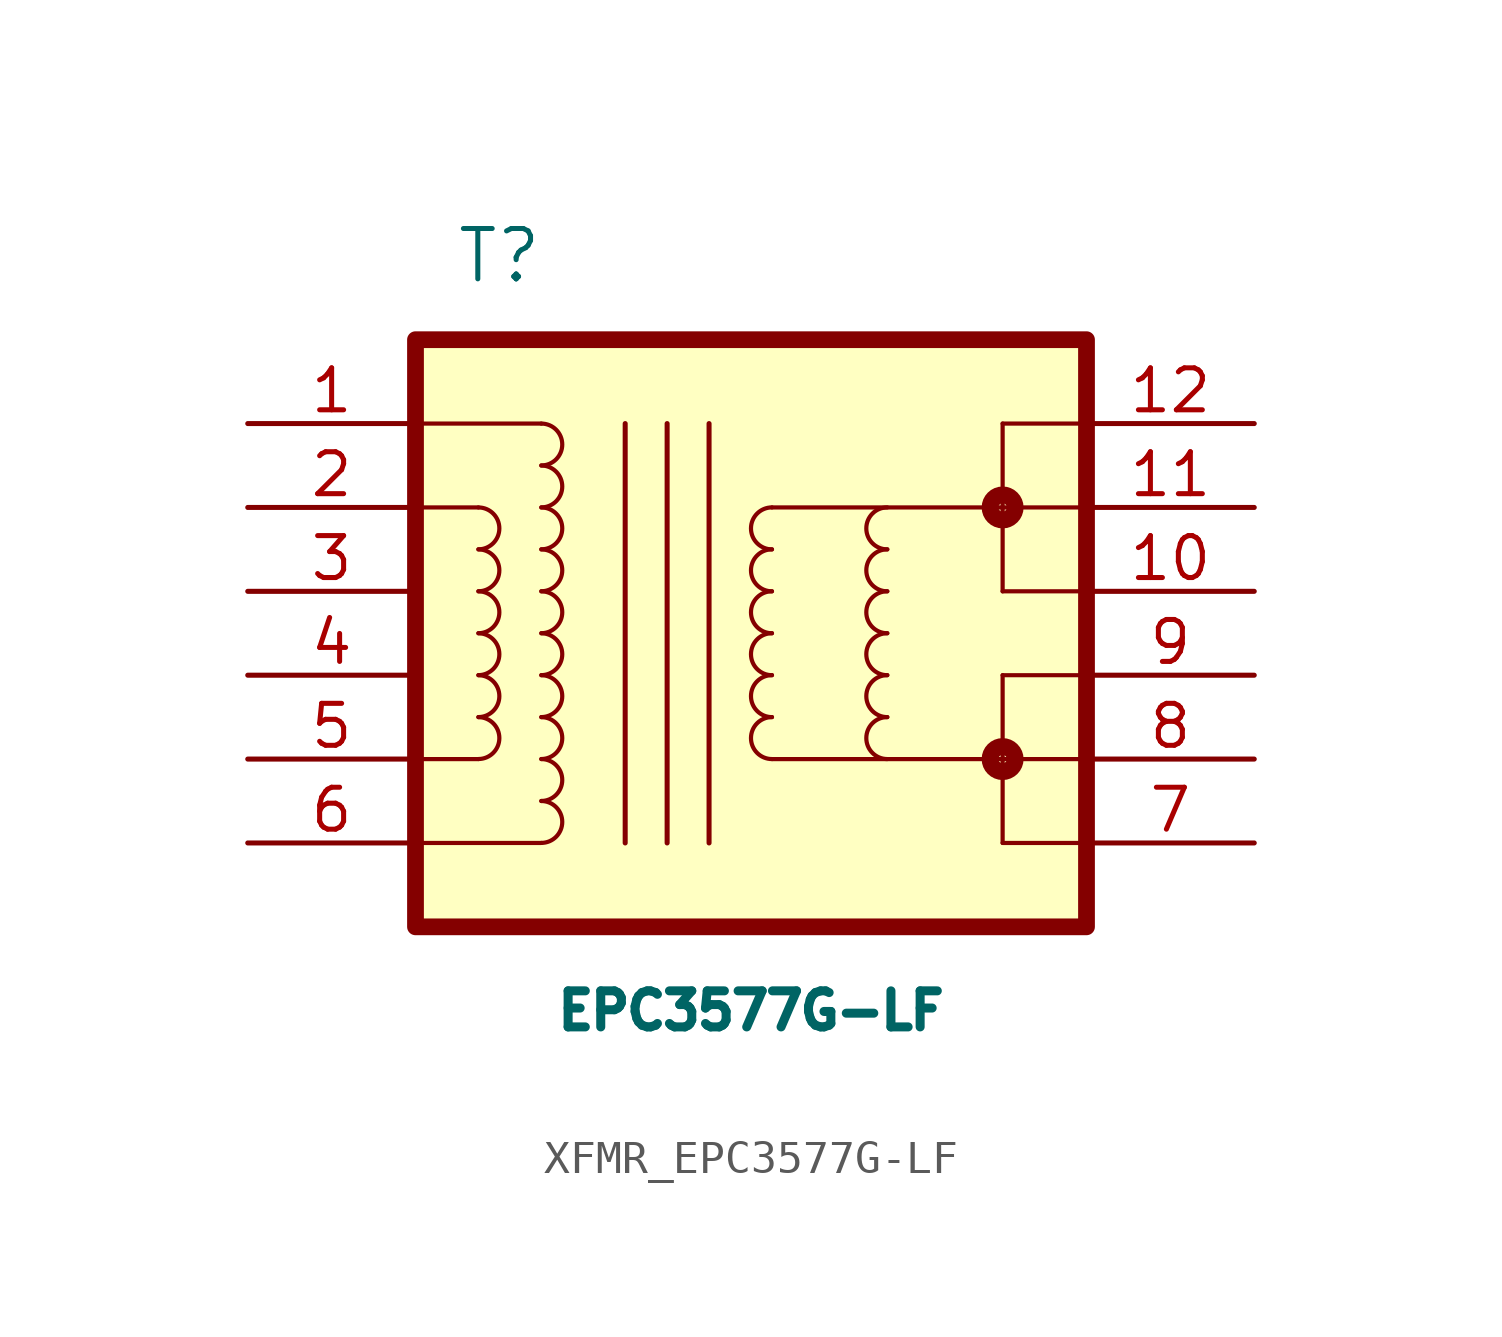
<source format=kicad_sym>
(kicad_symbol_lib
  (version 20231120)
  (generator "kicad_symbol_editor")
  (generator_version "8.0")
  (symbol "XFMR_EPC3577G-LF"
    (pin_names
      (offset 0.254) hide)
    (property "Reference" "T"
      (at 7.62 17.78 0)
      (effects (font (size 1.524 1.524))))
    (property "Value" "EPC3577G-LF"
      (at 15.24 -5.08 0)
      (effects (font (size 1.092 1.092) (thickness 1.524))))
    (symbol "XFMR_EPC3577G-LF_0_1"
      (polyline (pts (xy 5.08 0) (xy 8.89 0)) (stroke (width 0.127) (type default)) (fill (type none)))
      (polyline (pts (xy 5.08 2.54) (xy 6.985 2.54)) (stroke (width 0.127) (type default)) (fill (type none)))
      (polyline (pts (xy 5.08 10.16) (xy 6.985 10.16)) (stroke (width 0.127) (type default)) (fill (type none)))
      (polyline (pts (xy 5.08 12.7) (xy 8.89 12.7)) (stroke (width 0.127) (type default)) (fill (type none)))
      (polyline (pts (xy 22.86 0) (xy 22.86 5.08)) (stroke (width 0.127) (type default)) (fill (type none)))
      (polyline (pts (xy 22.86 2.54) (xy 15.875 2.54)) (stroke (width 0.127) (type default)) (fill (type none)))
      (polyline (pts (xy 22.86 10.16) (xy 15.875 10.16)) (stroke (width 0.127) (type default)) (fill (type none)))
      (polyline (pts (xy 22.86 12.7) (xy 22.86 7.62)) (stroke (width 0.127) (type default)) (fill (type none)))
      (polyline (pts (xy 25.4 0) (xy 22.86 0)) (stroke (width 0.127) (type default)) (fill (type none)))
      (polyline (pts (xy 25.4 2.54) (xy 22.86 2.54)) (stroke (width 0.127) (type default)) (fill (type none)))
      (polyline (pts (xy 25.4 5.08) (xy 22.86 5.08)) (stroke (width 0.127) (type default)) (fill (type none)))
      (polyline (pts (xy 25.4 7.62) (xy 22.86 7.62)) (stroke (width 0.127) (type default)) (fill (type none)))
      (polyline (pts (xy 25.4 10.16) (xy 22.86 10.16)) (stroke (width 0.127) (type default)) (fill (type none)))
      (polyline (pts (xy 25.4 12.7) (xy 22.86 12.7)) (stroke (width 0.127) (type default)) (fill (type none)))
      (arc (start 6.985 2.54) (mid 7.6173 3.175) (end 6.985 3.81) (stroke (width 0.127) (type default)) (fill (type none)))
      (arc (start 6.985 3.81) (mid 7.6173 4.445) (end 6.985 5.08) (stroke (width 0.127) (type default)) (fill (type none)))
      (arc (start 6.985 5.08) (mid 7.6173 5.715) (end 6.985 6.35) (stroke (width 0.127) (type default)) (fill (type none)))
      (arc (start 6.985 6.35) (mid 7.6173 6.985) (end 6.985 7.62) (stroke (width 0.127) (type default)) (fill (type none)))
      (arc (start 6.985 7.62) (mid 7.6173 8.255) (end 6.985 8.89) (stroke (width 0.127) (type default)) (fill (type none)))
      (arc (start 6.985 8.89) (mid 7.6173 9.525) (end 6.985 10.16) (stroke (width 0.127) (type default)) (fill (type none)))
      (arc (start 8.89 0) (mid 9.5223 0.635) (end 8.89 1.27) (stroke (width 0.127) (type default)) (fill (type none)))
      (arc (start 8.89 1.27) (mid 9.5223 1.905) (end 8.89 2.54) (stroke (width 0.127) (type default)) (fill (type none)))
      (arc (start 8.89 2.54) (mid 9.5223 3.175) (end 8.89 3.81) (stroke (width 0.127) (type default)) (fill (type none)))
      (arc (start 8.89 3.81) (mid 9.5223 4.445) (end 8.89 5.08) (stroke (width 0.127) (type default)) (fill (type none)))
      (arc (start 8.89 5.08) (mid 9.5223 5.715) (end 8.89 6.35) (stroke (width 0.127) (type default)) (fill (type none)))
      (arc (start 8.89 6.35) (mid 9.5223 6.985) (end 8.89 7.62) (stroke (width 0.127) (type default)) (fill (type none)))
      (arc (start 8.89 7.62) (mid 9.5223 8.255) (end 8.89 8.89) (stroke (width 0.127) (type default)) (fill (type none)))
      (arc (start 8.89 8.89) (mid 9.5223 9.525) (end 8.89 10.16) (stroke (width 0.127) (type default)) (fill (type none)))
      (arc (start 8.89 10.16) (mid 9.5223 10.795) (end 8.89 11.43) (stroke (width 0.127) (type default)) (fill (type none)))
      (arc (start 8.89 11.43) (mid 9.5223 12.065) (end 8.89 12.7) (stroke (width 0.127) (type default)) (fill (type none)))
      (arc (start 15.875 3.81) (mid 15.2427 3.175) (end 15.875 2.54) (stroke (width 0.127) (type default)) (fill (type none)))
      (arc (start 15.875 5.08) (mid 15.2427 4.445) (end 15.875 3.81) (stroke (width 0.127) (type default)) (fill (type none)))
      (arc (start 15.875 6.35) (mid 15.2427 5.715) (end 15.875 5.08) (stroke (width 0.127) (type default)) (fill (type none)))
      (arc (start 15.875 7.62) (mid 15.2427 6.985) (end 15.875 6.35) (stroke (width 0.127) (type default)) (fill (type none)))
      (arc (start 15.875 8.89) (mid 15.2427 8.255) (end 15.875 7.62) (stroke (width 0.127) (type default)) (fill (type none)))
      (arc (start 15.875 10.16) (mid 15.2427 9.525) (end 15.875 8.89) (stroke (width 0.127) (type default)) (fill (type none)))
      (arc (start 19.3675 3.81) (mid 18.733 3.175) (end 19.3675 2.54) (stroke (width 0.127) (type default)) (fill (type none)))
      (arc (start 19.3675 5.08) (mid 18.733 4.445) (end 19.3675 3.81) (stroke (width 0.127) (type default)) (fill (type none)))
      (arc (start 19.3675 6.35) (mid 18.733 5.715) (end 19.3675 5.08) (stroke (width 0.127) (type default)) (fill (type none)))
      (arc (start 19.3675 7.62) (mid 18.733 6.985) (end 19.3675 6.35) (stroke (width 0.127) (type default)) (fill (type none)))
      (arc (start 19.3675 8.89) (mid 18.733 8.255) (end 19.3675 7.62) (stroke (width 0.127) (type default)) (fill (type none)))
      (arc (start 19.3675 10.16) (mid 18.733 9.525) (end 19.3675 8.89) (stroke (width 0.127) (type default)) (fill (type none)))
      (circle (center 22.86 2.54) (radius 0.127) (stroke (width 0.508) (type default)) (fill (type none)))
      (circle (center 22.86 10.16) (radius 0.127) (stroke (width 0.508) (type default)) (fill (type none))))
    (symbol "XFMR_EPC3577G-LF_1_1"
      (polyline (pts (xy 11.43 12.7) (xy 11.43 0)) (stroke (width 0) (type default)) (fill (type none)))
      (polyline (pts (xy 12.7 12.7) (xy 12.7 0)) (stroke (width 0) (type default)) (fill (type none)))
      (polyline (pts (xy 13.97 12.7) (xy 13.97 0)) (stroke (width 0) (type default)) (fill (type none)))
      (rectangle (start 5.08 15.24) (end 25.4 -2.54) (stroke (width 0.508) (type default)) (fill (type background)))
      (pin passive line (at 0 12.7 0) (length 5.08) (name "1" (effects (font (size 1.27 1.27)))) (number "1" (effects (font (size 1.27 1.27)))))
      (pin passive line (at 30.48 7.62 180) (length 5.08) (name "10" (effects (font (size 1.27 1.27)))) (number "10" (effects (font (size 1.27 1.27)))))
      (pin passive line (at 30.48 10.16 180) (length 5.08) (name "11" (effects (font (size 1.27 1.27)))) (number "11" (effects (font (size 1.27 1.27)))))
      (pin passive line (at 30.48 12.7 180) (length 5.08) (name "12" (effects (font (size 1.27 1.27)))) (number "12" (effects (font (size 1.27 1.27)))))
      (pin passive line (at 0 10.16 0) (length 5.08) (name "2" (effects (font (size 1.27 1.27)))) (number "2" (effects (font (size 1.27 1.27)))))
      (pin passive line (at 0 7.62 0) (length 5.08) (name "3" (effects (font (size 1.27 1.27)))) (number "3" (effects (font (size 1.27 1.27)))))
      (pin passive line (at 0 5.08 0) (length 5.08) (name "4" (effects (font (size 1.27 1.27)))) (number "4" (effects (font (size 1.27 1.27)))))
      (pin passive line (at 0 2.54 0) (length 5.08) (name "5" (effects (font (size 1.27 1.27)))) (number "5" (effects (font (size 1.27 1.27)))))
      (pin passive line (at 0 0 0) (length 5.08) (name "6" (effects (font (size 1.27 1.27)))) (number "6" (effects (font (size 1.27 1.27)))))
      (pin passive line (at 30.48 0 180) (length 5.08) (name "7" (effects (font (size 1.27 1.27)))) (number "7" (effects (font (size 1.27 1.27)))))
      (pin passive line (at 30.48 2.54 180) (length 5.08) (name "8" (effects (font (size 1.27 1.27)))) (number "8" (effects (font (size 1.27 1.27)))))
      (pin passive line (at 30.48 5.08 180) (length 5.08) (name "9" (effects (font (size 1.27 1.27)))) (number "9" (effects (font (size 1.27 1.27))))))))
</source>
